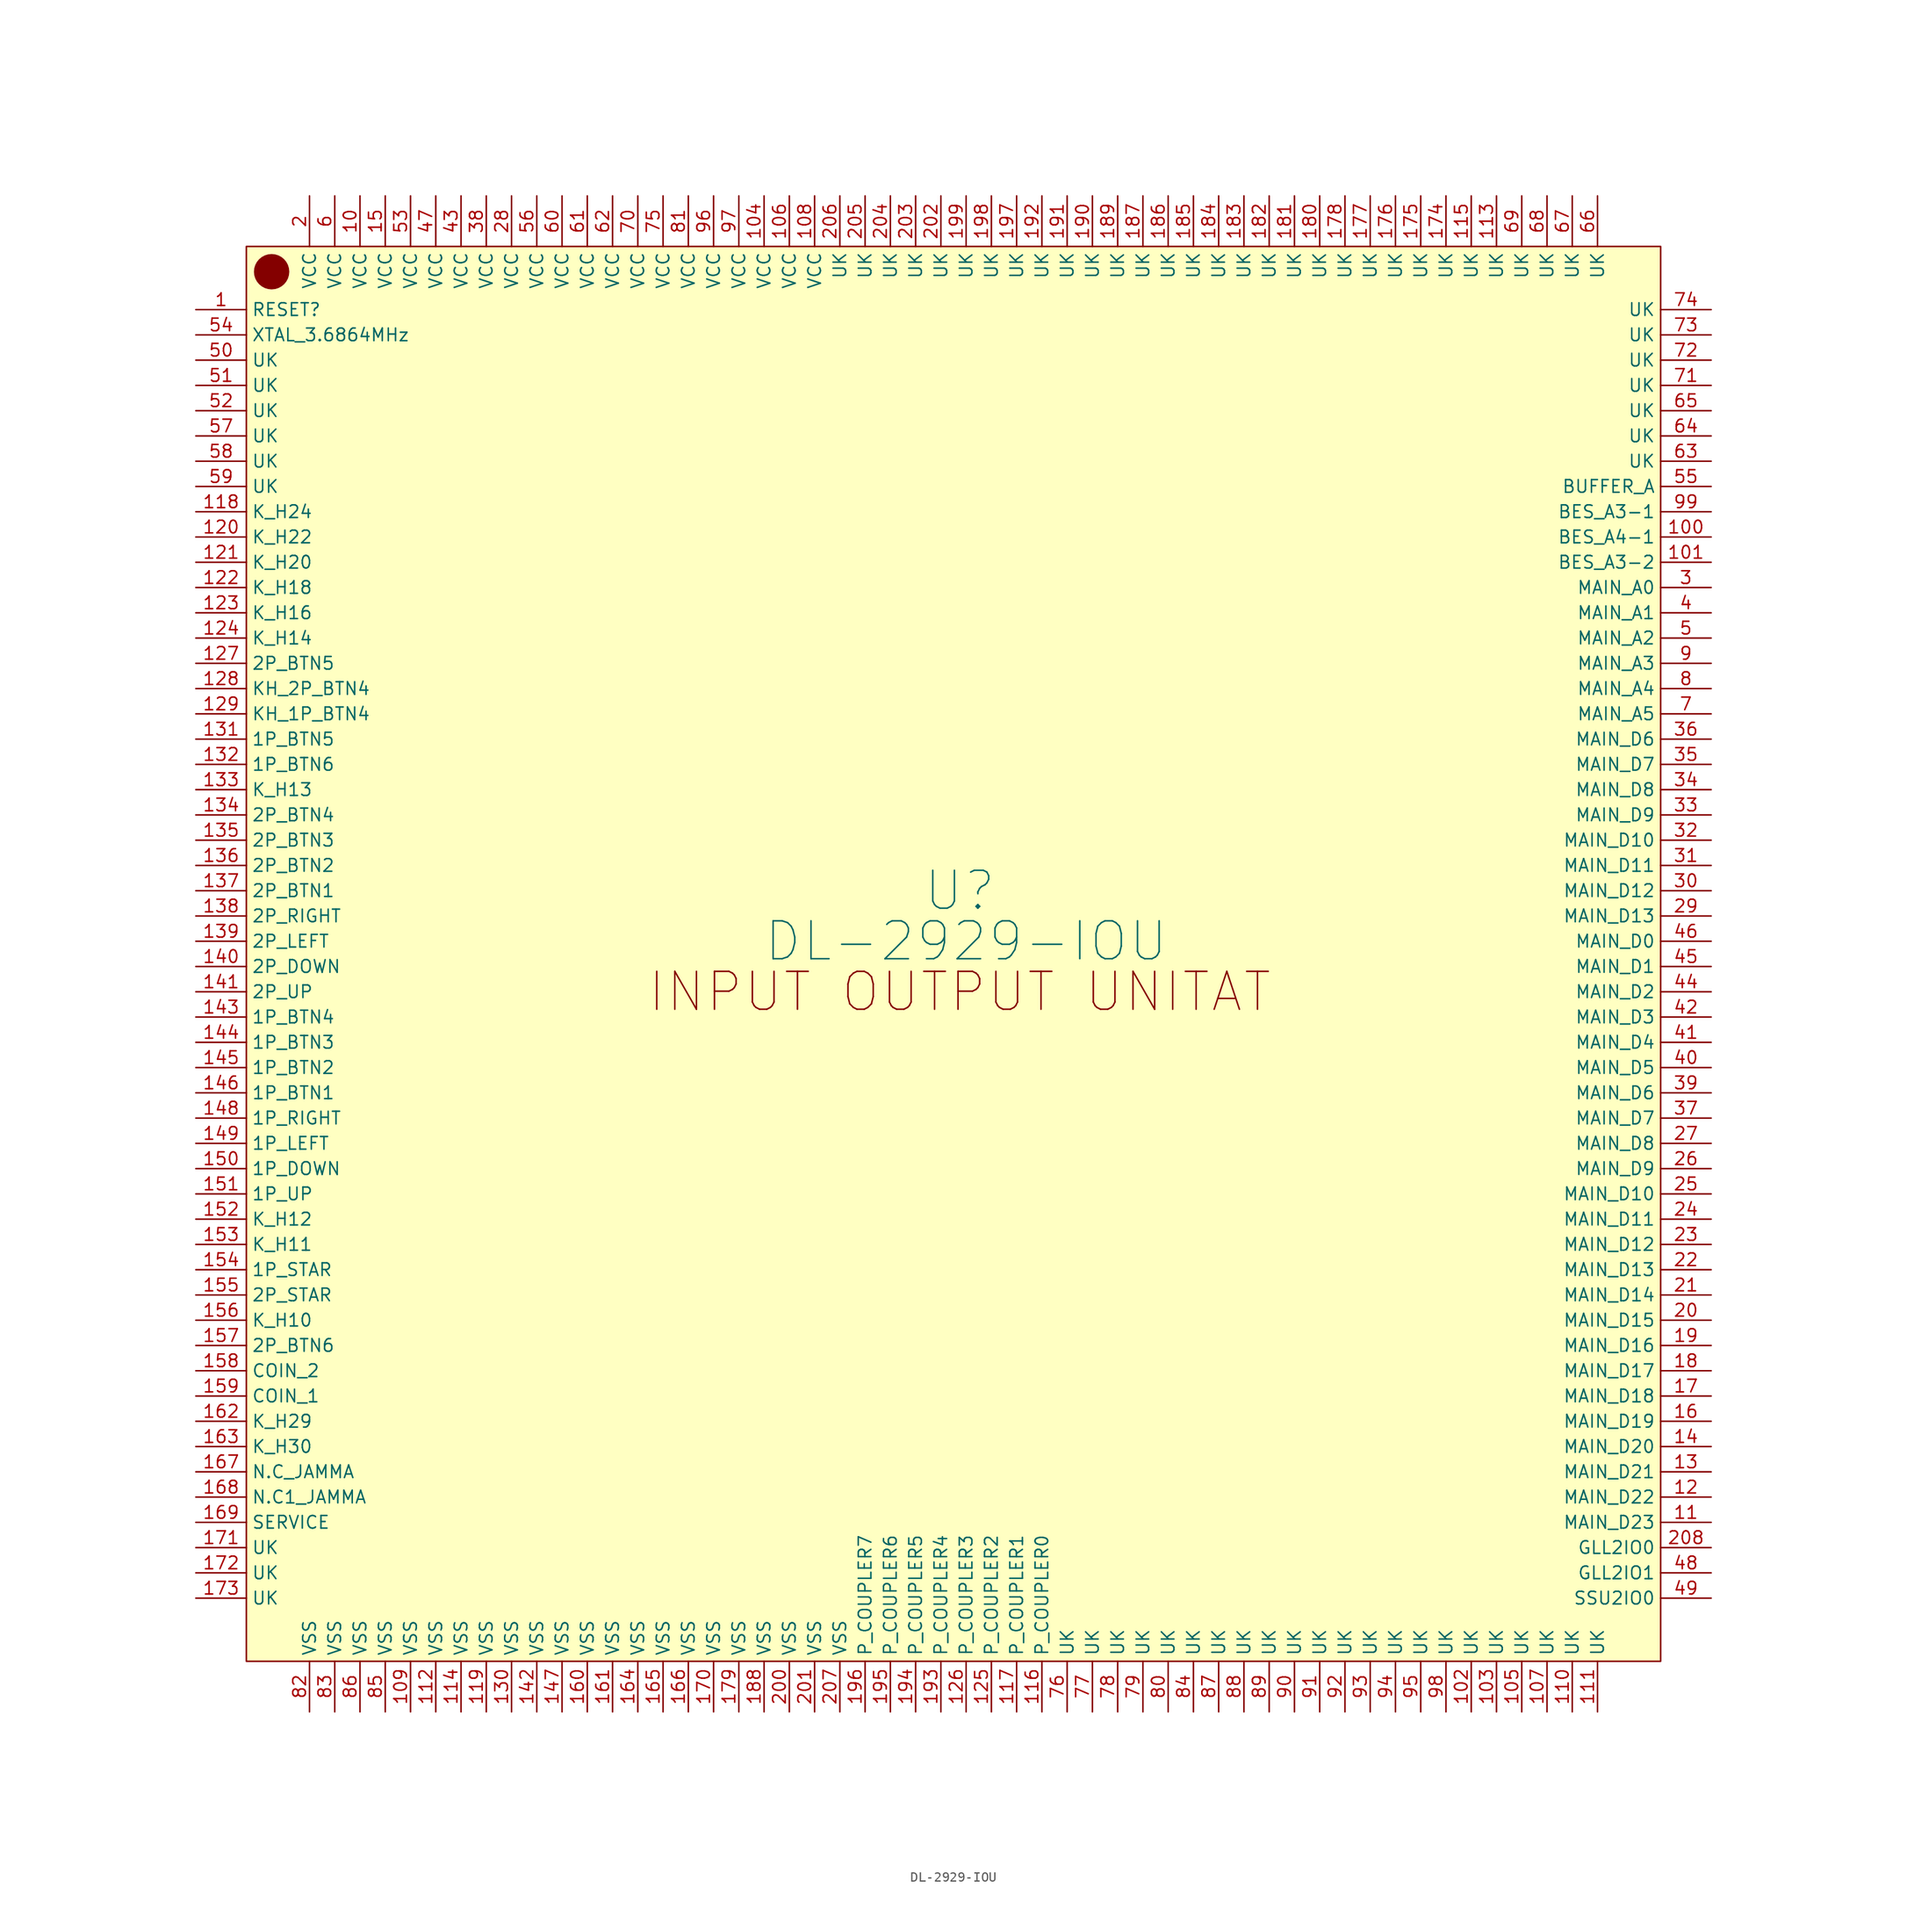
<source format=kicad_sym>
(kicad_symbol_lib
  (version 20211014)
  (generator kicad_symbol_editor)
  (symbol "DL-2929-IOU"
    (property "Reference" "U"
      (at -0.635 5.08 0)
      (effects (font (size 3.81 3.81))))
    (property "Value" "DL-2929-IOU"
      (at 0 0 0)
      (effects (font (size 3.81 3.81))))
    (symbol "DL-2929-IOU_0_0"
      (circle (center -69.85 67.31) (radius 0.0001) (stroke (width 1.778) (type default) (color 0 0 0 0)) (fill (type none)))
      (text "INPUT OUTPUT UNITAT" (at -0.635 -5.08 0) (effects (font (size 3.81 3.81)))))
    (symbol "DL-2929-IOU_0_1"
      (rectangle (start -72.39 69.85) (end 69.85 -72.39) (stroke (width 0) (type default) (color 0 0 0 0)) (fill (type background))))
    (symbol "DL-2929-IOU_1_1"
      (pin input line (at -77.47 63.5 0) (length 5.08) (name "RESET?" (effects (font (size 1.27 1.27)))) (number "1" (effects (font (size 1.27 1.27)))))
      (pin input line (at -60.96 74.93 270) (length 5.08) (name "VCC" (effects (font (size 1.27 1.27)))) (number "10" (effects (font (size 1.27 1.27)))))
      (pin output line (at 74.93 40.64 180) (length 5.08) (name "BES_A4-1" (effects (font (size 1.27 1.27)))) (number "100" (effects (font (size 1.27 1.27)))))
      (pin output line (at 74.93 38.1 180) (length 5.08) (name "BES_A3-2" (effects (font (size 1.27 1.27)))) (number "101" (effects (font (size 1.27 1.27)))))
      (pin input line (at 50.8 -77.47 90) (length 5.08) (name "UK" (effects (font (size 1.27 1.27)))) (number "102" (effects (font (size 1.27 1.27)))))
      (pin input line (at 53.34 -77.47 90) (length 5.08) (name "UK" (effects (font (size 1.27 1.27)))) (number "103" (effects (font (size 1.27 1.27)))))
      (pin input line (at -20.32 74.93 270) (length 5.08) (name "VCC" (effects (font (size 1.27 1.27)))) (number "104" (effects (font (size 1.27 1.27)))))
      (pin input line (at 55.88 -77.47 90) (length 5.08) (name "UK" (effects (font (size 1.27 1.27)))) (number "105" (effects (font (size 1.27 1.27)))))
      (pin input line (at -17.78 74.93 270) (length 5.08) (name "VCC" (effects (font (size 1.27 1.27)))) (number "106" (effects (font (size 1.27 1.27)))))
      (pin input line (at 58.42 -77.47 90) (length 5.08) (name "UK" (effects (font (size 1.27 1.27)))) (number "107" (effects (font (size 1.27 1.27)))))
      (pin input line (at -15.24 74.93 270) (length 5.08) (name "VCC" (effects (font (size 1.27 1.27)))) (number "108" (effects (font (size 1.27 1.27)))))
      (pin input line (at -55.88 -77.47 90) (length 5.08) (name "VSS" (effects (font (size 1.27 1.27)))) (number "109" (effects (font (size 1.27 1.27)))))
      (pin bidirectional line (at 74.93 -58.42 180) (length 5.08) (name "MAIN_D23" (effects (font (size 1.27 1.27)))) (number "11" (effects (font (size 1.27 1.27)))))
      (pin input line (at 60.96 -77.47 90) (length 5.08) (name "UK" (effects (font (size 1.27 1.27)))) (number "110" (effects (font (size 1.27 1.27)))))
      (pin input line (at 63.5 -77.47 90) (length 5.08) (name "UK" (effects (font (size 1.27 1.27)))) (number "111" (effects (font (size 1.27 1.27)))))
      (pin input line (at -53.34 -77.47 90) (length 5.08) (name "VSS" (effects (font (size 1.27 1.27)))) (number "112" (effects (font (size 1.27 1.27)))))
      (pin input line (at 53.34 74.93 270) (length 5.08) (name "UK" (effects (font (size 1.27 1.27)))) (number "113" (effects (font (size 1.27 1.27)))))
      (pin input line (at -50.8 -77.47 90) (length 5.08) (name "VSS" (effects (font (size 1.27 1.27)))) (number "114" (effects (font (size 1.27 1.27)))))
      (pin input line (at 50.8 74.93 270) (length 5.08) (name "UK" (effects (font (size 1.27 1.27)))) (number "115" (effects (font (size 1.27 1.27)))))
      (pin output line (at 7.62 -77.47 90) (length 5.08) (name "P_COUPLER0" (effects (font (size 1.27 1.27)))) (number "116" (effects (font (size 1.27 1.27)))))
      (pin output line (at 5.08 -77.47 90) (length 5.08) (name "P_COUPLER1" (effects (font (size 1.27 1.27)))) (number "117" (effects (font (size 1.27 1.27)))))
      (pin input line (at -77.47 43.18 0) (length 5.08) (name "K_H24" (effects (font (size 1.27 1.27)))) (number "118" (effects (font (size 1.27 1.27)))))
      (pin input line (at -48.26 -77.47 90) (length 5.08) (name "VSS" (effects (font (size 1.27 1.27)))) (number "119" (effects (font (size 1.27 1.27)))))
      (pin bidirectional line (at 74.93 -55.88 180) (length 5.08) (name "MAIN_D22" (effects (font (size 1.27 1.27)))) (number "12" (effects (font (size 1.27 1.27)))))
      (pin input line (at -77.47 40.64 0) (length 5.08) (name "K_H22" (effects (font (size 1.27 1.27)))) (number "120" (effects (font (size 1.27 1.27)))))
      (pin input line (at -77.47 38.1 0) (length 5.08) (name "K_H20" (effects (font (size 1.27 1.27)))) (number "121" (effects (font (size 1.27 1.27)))))
      (pin input line (at -77.47 35.56 0) (length 5.08) (name "K_H18" (effects (font (size 1.27 1.27)))) (number "122" (effects (font (size 1.27 1.27)))))
      (pin input line (at -77.47 33.02 0) (length 5.08) (name "K_H16" (effects (font (size 1.27 1.27)))) (number "123" (effects (font (size 1.27 1.27)))))
      (pin input line (at -77.47 30.48 0) (length 5.08) (name "K_H14" (effects (font (size 1.27 1.27)))) (number "124" (effects (font (size 1.27 1.27)))))
      (pin output line (at 2.54 -77.47 90) (length 5.08) (name "P_COUPLER2" (effects (font (size 1.27 1.27)))) (number "125" (effects (font (size 1.27 1.27)))))
      (pin output line (at 0 -77.47 90) (length 5.08) (name "P_COUPLER3" (effects (font (size 1.27 1.27)))) (number "126" (effects (font (size 1.27 1.27)))))
      (pin input line (at -77.47 27.94 0) (length 5.08) (name "2P_BTN5" (effects (font (size 1.27 1.27)))) (number "127" (effects (font (size 1.27 1.27)))))
      (pin input line (at -77.47 25.4 0) (length 5.08) (name "KH_2P_BTN4" (effects (font (size 1.27 1.27)))) (number "128" (effects (font (size 1.27 1.27)))))
      (pin input line (at -77.47 22.86 0) (length 5.08) (name "KH_1P_BTN4" (effects (font (size 1.27 1.27)))) (number "129" (effects (font (size 1.27 1.27)))))
      (pin bidirectional line (at 74.93 -53.34 180) (length 5.08) (name "MAIN_D21" (effects (font (size 1.27 1.27)))) (number "13" (effects (font (size 1.27 1.27)))))
      (pin input line (at -45.72 -77.47 90) (length 5.08) (name "VSS" (effects (font (size 1.27 1.27)))) (number "130" (effects (font (size 1.27 1.27)))))
      (pin input line (at -77.47 20.32 0) (length 5.08) (name "1P_BTN5" (effects (font (size 1.27 1.27)))) (number "131" (effects (font (size 1.27 1.27)))))
      (pin input line (at -77.47 17.78 0) (length 5.08) (name "1P_BTN6" (effects (font (size 1.27 1.27)))) (number "132" (effects (font (size 1.27 1.27)))))
      (pin input line (at -77.47 15.24 0) (length 5.08) (name "K_H13" (effects (font (size 1.27 1.27)))) (number "133" (effects (font (size 1.27 1.27)))))
      (pin input line (at -77.47 12.7 0) (length 5.08) (name "2P_BTN4" (effects (font (size 1.27 1.27)))) (number "134" (effects (font (size 1.27 1.27)))))
      (pin input line (at -77.47 10.16 0) (length 5.08) (name "2P_BTN3" (effects (font (size 1.27 1.27)))) (number "135" (effects (font (size 1.27 1.27)))))
      (pin input line (at -77.47 7.62 0) (length 5.08) (name "2P_BTN2" (effects (font (size 1.27 1.27)))) (number "136" (effects (font (size 1.27 1.27)))))
      (pin input line (at -77.47 5.08 0) (length 5.08) (name "2P_BTN1" (effects (font (size 1.27 1.27)))) (number "137" (effects (font (size 1.27 1.27)))))
      (pin input line (at -77.47 2.54 0) (length 5.08) (name "2P_RIGHT" (effects (font (size 1.27 1.27)))) (number "138" (effects (font (size 1.27 1.27)))))
      (pin input line (at -77.47 0 0) (length 5.08) (name "2P_LEFT" (effects (font (size 1.27 1.27)))) (number "139" (effects (font (size 1.27 1.27)))))
      (pin bidirectional line (at 74.93 -50.8 180) (length 5.08) (name "MAIN_D20" (effects (font (size 1.27 1.27)))) (number "14" (effects (font (size 1.27 1.27)))))
      (pin input line (at -77.47 -2.54 0) (length 5.08) (name "2P_DOWN" (effects (font (size 1.27 1.27)))) (number "140" (effects (font (size 1.27 1.27)))))
      (pin input line (at -77.47 -5.08 0) (length 5.08) (name "2P_UP" (effects (font (size 1.27 1.27)))) (number "141" (effects (font (size 1.27 1.27)))))
      (pin input line (at -43.18 -77.47 90) (length 5.08) (name "VSS" (effects (font (size 1.27 1.27)))) (number "142" (effects (font (size 1.27 1.27)))))
      (pin input line (at -77.47 -7.62 0) (length 5.08) (name "1P_BTN4" (effects (font (size 1.27 1.27)))) (number "143" (effects (font (size 1.27 1.27)))))
      (pin input line (at -77.47 -10.16 0) (length 5.08) (name "1P_BTN3" (effects (font (size 1.27 1.27)))) (number "144" (effects (font (size 1.27 1.27)))))
      (pin input line (at -77.47 -12.7 0) (length 5.08) (name "1P_BTN2" (effects (font (size 1.27 1.27)))) (number "145" (effects (font (size 1.27 1.27)))))
      (pin input line (at -77.47 -15.24 0) (length 5.08) (name "1P_BTN1" (effects (font (size 1.27 1.27)))) (number "146" (effects (font (size 1.27 1.27)))))
      (pin input line (at -40.64 -77.47 90) (length 5.08) (name "VSS" (effects (font (size 1.27 1.27)))) (number "147" (effects (font (size 1.27 1.27)))))
      (pin input line (at -77.47 -17.78 0) (length 5.08) (name "1P_RIGHT" (effects (font (size 1.27 1.27)))) (number "148" (effects (font (size 1.27 1.27)))))
      (pin input line (at -77.47 -20.32 0) (length 5.08) (name "1P_LEFT" (effects (font (size 1.27 1.27)))) (number "149" (effects (font (size 1.27 1.27)))))
      (pin input line (at -58.42 74.93 270) (length 5.08) (name "VCC" (effects (font (size 1.27 1.27)))) (number "15" (effects (font (size 1.27 1.27)))))
      (pin input line (at -77.47 -22.86 0) (length 5.08) (name "1P_DOWN" (effects (font (size 1.27 1.27)))) (number "150" (effects (font (size 1.27 1.27)))))
      (pin input line (at -77.47 -25.4 0) (length 5.08) (name "1P_UP" (effects (font (size 1.27 1.27)))) (number "151" (effects (font (size 1.27 1.27)))))
      (pin input line (at -77.47 -27.94 0) (length 5.08) (name "K_H12" (effects (font (size 1.27 1.27)))) (number "152" (effects (font (size 1.27 1.27)))))
      (pin input line (at -77.47 -30.48 0) (length 5.08) (name "K_H11" (effects (font (size 1.27 1.27)))) (number "153" (effects (font (size 1.27 1.27)))))
      (pin input line (at -77.47 -33.02 0) (length 5.08) (name "1P_STAR" (effects (font (size 1.27 1.27)))) (number "154" (effects (font (size 1.27 1.27)))))
      (pin input line (at -77.47 -35.56 0) (length 5.08) (name "2P_STAR" (effects (font (size 1.27 1.27)))) (number "155" (effects (font (size 1.27 1.27)))))
      (pin input line (at -77.47 -38.1 0) (length 5.08) (name "K_H10" (effects (font (size 1.27 1.27)))) (number "156" (effects (font (size 1.27 1.27)))))
      (pin input line (at -77.47 -40.64 0) (length 5.08) (name "2P_BTN6" (effects (font (size 1.27 1.27)))) (number "157" (effects (font (size 1.27 1.27)))))
      (pin input line (at -77.47 -43.18 0) (length 5.08) (name "COIN_2" (effects (font (size 1.27 1.27)))) (number "158" (effects (font (size 1.27 1.27)))))
      (pin input line (at -77.47 -45.72 0) (length 5.08) (name "COIN_1" (effects (font (size 1.27 1.27)))) (number "159" (effects (font (size 1.27 1.27)))))
      (pin bidirectional line (at 74.93 -48.26 180) (length 5.08) (name "MAIN_D19" (effects (font (size 1.27 1.27)))) (number "16" (effects (font (size 1.27 1.27)))))
      (pin input line (at -38.1 -77.47 90) (length 5.08) (name "VSS" (effects (font (size 1.27 1.27)))) (number "160" (effects (font (size 1.27 1.27)))))
      (pin input line (at -35.56 -77.47 90) (length 5.08) (name "VSS" (effects (font (size 1.27 1.27)))) (number "161" (effects (font (size 1.27 1.27)))))
      (pin input line (at -77.47 -48.26 0) (length 5.08) (name "K_H29" (effects (font (size 1.27 1.27)))) (number "162" (effects (font (size 1.27 1.27)))))
      (pin input line (at -77.47 -50.8 0) (length 5.08) (name "K_H30" (effects (font (size 1.27 1.27)))) (number "163" (effects (font (size 1.27 1.27)))))
      (pin input line (at -33.02 -77.47 90) (length 5.08) (name "VSS" (effects (font (size 1.27 1.27)))) (number "164" (effects (font (size 1.27 1.27)))))
      (pin input line (at -30.48 -77.47 90) (length 5.08) (name "VSS" (effects (font (size 1.27 1.27)))) (number "165" (effects (font (size 1.27 1.27)))))
      (pin input line (at -27.94 -77.47 90) (length 5.08) (name "VSS" (effects (font (size 1.27 1.27)))) (number "166" (effects (font (size 1.27 1.27)))))
      (pin input line (at -77.47 -53.34 0) (length 5.08) (name "N.C_JAMMA" (effects (font (size 1.27 1.27)))) (number "167" (effects (font (size 1.27 1.27)))))
      (pin input line (at -77.47 -55.88 0) (length 5.08) (name "N.C1_JAMMA" (effects (font (size 1.27 1.27)))) (number "168" (effects (font (size 1.27 1.27)))))
      (pin input line (at -77.47 -58.42 0) (length 5.08) (name "SERVICE" (effects (font (size 1.27 1.27)))) (number "169" (effects (font (size 1.27 1.27)))))
      (pin bidirectional line (at 74.93 -45.72 180) (length 5.08) (name "MAIN_D18" (effects (font (size 1.27 1.27)))) (number "17" (effects (font (size 1.27 1.27)))))
      (pin input line (at -25.4 -77.47 90) (length 5.08) (name "VSS" (effects (font (size 1.27 1.27)))) (number "170" (effects (font (size 1.27 1.27)))))
      (pin input line (at -77.47 -60.96 0) (length 5.08) (name "UK" (effects (font (size 1.27 1.27)))) (number "171" (effects (font (size 1.27 1.27)))))
      (pin input line (at -77.47 -63.5 0) (length 5.08) (name "UK" (effects (font (size 1.27 1.27)))) (number "172" (effects (font (size 1.27 1.27)))))
      (pin input line (at -77.47 -66.04 0) (length 5.08) (name "UK" (effects (font (size 1.27 1.27)))) (number "173" (effects (font (size 1.27 1.27)))))
      (pin input line (at 48.26 74.93 270) (length 5.08) (name "UK" (effects (font (size 1.27 1.27)))) (number "174" (effects (font (size 1.27 1.27)))))
      (pin input line (at 45.72 74.93 270) (length 5.08) (name "UK" (effects (font (size 1.27 1.27)))) (number "175" (effects (font (size 1.27 1.27)))))
      (pin input line (at 43.18 74.93 270) (length 5.08) (name "UK" (effects (font (size 1.27 1.27)))) (number "176" (effects (font (size 1.27 1.27)))))
      (pin input line (at 40.64 74.93 270) (length 5.08) (name "UK" (effects (font (size 1.27 1.27)))) (number "177" (effects (font (size 1.27 1.27)))))
      (pin input line (at 38.1 74.93 270) (length 5.08) (name "UK" (effects (font (size 1.27 1.27)))) (number "178" (effects (font (size 1.27 1.27)))))
      (pin input line (at -22.86 -77.47 90) (length 5.08) (name "VSS" (effects (font (size 1.27 1.27)))) (number "179" (effects (font (size 1.27 1.27)))))
      (pin bidirectional line (at 74.93 -43.18 180) (length 5.08) (name "MAIN_D17" (effects (font (size 1.27 1.27)))) (number "18" (effects (font (size 1.27 1.27)))))
      (pin input line (at 35.56 74.93 270) (length 5.08) (name "UK" (effects (font (size 1.27 1.27)))) (number "180" (effects (font (size 1.27 1.27)))))
      (pin input line (at 33.02 74.93 270) (length 5.08) (name "UK" (effects (font (size 1.27 1.27)))) (number "181" (effects (font (size 1.27 1.27)))))
      (pin input line (at 30.48 74.93 270) (length 5.08) (name "UK" (effects (font (size 1.27 1.27)))) (number "182" (effects (font (size 1.27 1.27)))))
      (pin input line (at 27.94 74.93 270) (length 5.08) (name "UK" (effects (font (size 1.27 1.27)))) (number "183" (effects (font (size 1.27 1.27)))))
      (pin input line (at 25.4 74.93 270) (length 5.08) (name "UK" (effects (font (size 1.27 1.27)))) (number "184" (effects (font (size 1.27 1.27)))))
      (pin input line (at 22.86 74.93 270) (length 5.08) (name "UK" (effects (font (size 1.27 1.27)))) (number "185" (effects (font (size 1.27 1.27)))))
      (pin input line (at 20.32 74.93 270) (length 5.08) (name "UK" (effects (font (size 1.27 1.27)))) (number "186" (effects (font (size 1.27 1.27)))))
      (pin input line (at 17.78 74.93 270) (length 5.08) (name "UK" (effects (font (size 1.27 1.27)))) (number "187" (effects (font (size 1.27 1.27)))))
      (pin input line (at -20.32 -77.47 90) (length 5.08) (name "VSS" (effects (font (size 1.27 1.27)))) (number "188" (effects (font (size 1.27 1.27)))))
      (pin input line (at 15.24 74.93 270) (length 5.08) (name "UK" (effects (font (size 1.27 1.27)))) (number "189" (effects (font (size 1.27 1.27)))))
      (pin bidirectional line (at 74.93 -40.64 180) (length 5.08) (name "MAIN_D16" (effects (font (size 1.27 1.27)))) (number "19" (effects (font (size 1.27 1.27)))))
      (pin input line (at 12.7 74.93 270) (length 5.08) (name "UK" (effects (font (size 1.27 1.27)))) (number "190" (effects (font (size 1.27 1.27)))))
      (pin input line (at 10.16 74.93 270) (length 5.08) (name "UK" (effects (font (size 1.27 1.27)))) (number "191" (effects (font (size 1.27 1.27)))))
      (pin input line (at 7.62 74.93 270) (length 5.08) (name "UK" (effects (font (size 1.27 1.27)))) (number "192" (effects (font (size 1.27 1.27)))))
      (pin output line (at -2.54 -77.47 90) (length 5.08) (name "P_COUPLER4" (effects (font (size 1.27 1.27)))) (number "193" (effects (font (size 1.27 1.27)))))
      (pin output line (at -5.08 -77.47 90) (length 5.08) (name "P_COUPLER5" (effects (font (size 1.27 1.27)))) (number "194" (effects (font (size 1.27 1.27)))))
      (pin output line (at -7.62 -77.47 90) (length 5.08) (name "P_COUPLER6" (effects (font (size 1.27 1.27)))) (number "195" (effects (font (size 1.27 1.27)))))
      (pin output line (at -10.16 -77.47 90) (length 5.08) (name "P_COUPLER7" (effects (font (size 1.27 1.27)))) (number "196" (effects (font (size 1.27 1.27)))))
      (pin input line (at 5.08 74.93 270) (length 5.08) (name "UK" (effects (font (size 1.27 1.27)))) (number "197" (effects (font (size 1.27 1.27)))))
      (pin input line (at 2.54 74.93 270) (length 5.08) (name "UK" (effects (font (size 1.27 1.27)))) (number "198" (effects (font (size 1.27 1.27)))))
      (pin input line (at 0 74.93 270) (length 5.08) (name "UK" (effects (font (size 1.27 1.27)))) (number "199" (effects (font (size 1.27 1.27)))))
      (pin input line (at -66.04 74.93 270) (length 5.08) (name "VCC" (effects (font (size 1.27 1.27)))) (number "2" (effects (font (size 1.27 1.27)))))
      (pin bidirectional line (at 74.93 -38.1 180) (length 5.08) (name "MAIN_D15" (effects (font (size 1.27 1.27)))) (number "20" (effects (font (size 1.27 1.27)))))
      (pin input line (at -17.78 -77.47 90) (length 5.08) (name "VSS" (effects (font (size 1.27 1.27)))) (number "200" (effects (font (size 1.27 1.27)))))
      (pin input line (at -15.24 -77.47 90) (length 5.08) (name "VSS" (effects (font (size 1.27 1.27)))) (number "201" (effects (font (size 1.27 1.27)))))
      (pin input line (at -2.54 74.93 270) (length 5.08) (name "UK" (effects (font (size 1.27 1.27)))) (number "202" (effects (font (size 1.27 1.27)))))
      (pin input line (at -5.08 74.93 270) (length 5.08) (name "UK" (effects (font (size 1.27 1.27)))) (number "203" (effects (font (size 1.27 1.27)))))
      (pin input line (at -7.62 74.93 270) (length 5.08) (name "UK" (effects (font (size 1.27 1.27)))) (number "204" (effects (font (size 1.27 1.27)))))
      (pin input line (at -10.16 74.93 270) (length 5.08) (name "UK" (effects (font (size 1.27 1.27)))) (number "205" (effects (font (size 1.27 1.27)))))
      (pin input line (at -12.7 74.93 270) (length 5.08) (name "UK" (effects (font (size 1.27 1.27)))) (number "206" (effects (font (size 1.27 1.27)))))
      (pin input line (at -12.7 -77.47 90) (length 5.08) (name "VSS" (effects (font (size 1.27 1.27)))) (number "207" (effects (font (size 1.27 1.27)))))
      (pin bidirectional line (at 74.93 -60.96 180) (length 5.08) (name "GLL2IO0" (effects (font (size 1.27 1.27)))) (number "208" (effects (font (size 1.27 1.27)))))
      (pin bidirectional line (at 74.93 -35.56 180) (length 5.08) (name "MAIN_D14" (effects (font (size 1.27 1.27)))) (number "21" (effects (font (size 1.27 1.27)))))
      (pin bidirectional line (at 74.93 -33.02 180) (length 5.08) (name "MAIN_D13" (effects (font (size 1.27 1.27)))) (number "22" (effects (font (size 1.27 1.27)))))
      (pin bidirectional line (at 74.93 -30.48 180) (length 5.08) (name "MAIN_D12" (effects (font (size 1.27 1.27)))) (number "23" (effects (font (size 1.27 1.27)))))
      (pin bidirectional line (at 74.93 -27.94 180) (length 5.08) (name "MAIN_D11" (effects (font (size 1.27 1.27)))) (number "24" (effects (font (size 1.27 1.27)))))
      (pin bidirectional line (at 74.93 -25.4 180) (length 5.08) (name "MAIN_D10" (effects (font (size 1.27 1.27)))) (number "25" (effects (font (size 1.27 1.27)))))
      (pin bidirectional line (at 74.93 -22.86 180) (length 5.08) (name "MAIN_D9" (effects (font (size 1.27 1.27)))) (number "26" (effects (font (size 1.27 1.27)))))
      (pin bidirectional line (at 74.93 -20.32 180) (length 5.08) (name "MAIN_D8" (effects (font (size 1.27 1.27)))) (number "27" (effects (font (size 1.27 1.27)))))
      (pin input line (at -45.72 74.93 270) (length 5.08) (name "VCC" (effects (font (size 1.27 1.27)))) (number "28" (effects (font (size 1.27 1.27)))))
      (pin bidirectional line (at 74.93 2.54 180) (length 5.08) (name "MAIN_D13" (effects (font (size 1.27 1.27)))) (number "29" (effects (font (size 1.27 1.27)))))
      (pin bidirectional line (at 74.93 35.56 180) (length 5.08) (name "MAIN_A0" (effects (font (size 1.27 1.27)))) (number "3" (effects (font (size 1.27 1.27)))))
      (pin bidirectional line (at 74.93 5.08 180) (length 5.08) (name "MAIN_D12" (effects (font (size 1.27 1.27)))) (number "30" (effects (font (size 1.27 1.27)))))
      (pin bidirectional line (at 74.93 7.62 180) (length 5.08) (name "MAIN_D11" (effects (font (size 1.27 1.27)))) (number "31" (effects (font (size 1.27 1.27)))))
      (pin bidirectional line (at 74.93 10.16 180) (length 5.08) (name "MAIN_D10" (effects (font (size 1.27 1.27)))) (number "32" (effects (font (size 1.27 1.27)))))
      (pin bidirectional line (at 74.93 12.7 180) (length 5.08) (name "MAIN_D9" (effects (font (size 1.27 1.27)))) (number "33" (effects (font (size 1.27 1.27)))))
      (pin bidirectional line (at 74.93 15.24 180) (length 5.08) (name "MAIN_D8" (effects (font (size 1.27 1.27)))) (number "34" (effects (font (size 1.27 1.27)))))
      (pin bidirectional line (at 74.93 17.78 180) (length 5.08) (name "MAIN_D7" (effects (font (size 1.27 1.27)))) (number "35" (effects (font (size 1.27 1.27)))))
      (pin bidirectional line (at 74.93 20.32 180) (length 5.08) (name "MAIN_D6" (effects (font (size 1.27 1.27)))) (number "36" (effects (font (size 1.27 1.27)))))
      (pin bidirectional line (at 74.93 -17.78 180) (length 5.08) (name "MAIN_D7" (effects (font (size 1.27 1.27)))) (number "37" (effects (font (size 1.27 1.27)))))
      (pin input line (at -48.26 74.93 270) (length 5.08) (name "VCC" (effects (font (size 1.27 1.27)))) (number "38" (effects (font (size 1.27 1.27)))))
      (pin bidirectional line (at 74.93 -15.24 180) (length 5.08) (name "MAIN_D6" (effects (font (size 1.27 1.27)))) (number "39" (effects (font (size 1.27 1.27)))))
      (pin bidirectional line (at 74.93 33.02 180) (length 5.08) (name "MAIN_A1" (effects (font (size 1.27 1.27)))) (number "4" (effects (font (size 1.27 1.27)))))
      (pin bidirectional line (at 74.93 -12.7 180) (length 5.08) (name "MAIN_D5" (effects (font (size 1.27 1.27)))) (number "40" (effects (font (size 1.27 1.27)))))
      (pin bidirectional line (at 74.93 -10.16 180) (length 5.08) (name "MAIN_D4" (effects (font (size 1.27 1.27)))) (number "41" (effects (font (size 1.27 1.27)))))
      (pin bidirectional line (at 74.93 -7.62 180) (length 5.08) (name "MAIN_D3" (effects (font (size 1.27 1.27)))) (number "42" (effects (font (size 1.27 1.27)))))
      (pin input line (at -50.8 74.93 270) (length 5.08) (name "VCC" (effects (font (size 1.27 1.27)))) (number "43" (effects (font (size 1.27 1.27)))))
      (pin bidirectional line (at 74.93 -5.08 180) (length 5.08) (name "MAIN_D2" (effects (font (size 1.27 1.27)))) (number "44" (effects (font (size 1.27 1.27)))))
      (pin bidirectional line (at 74.93 -2.54 180) (length 5.08) (name "MAIN_D1" (effects (font (size 1.27 1.27)))) (number "45" (effects (font (size 1.27 1.27)))))
      (pin bidirectional line (at 74.93 0 180) (length 5.08) (name "MAIN_D0" (effects (font (size 1.27 1.27)))) (number "46" (effects (font (size 1.27 1.27)))))
      (pin input line (at -53.34 74.93 270) (length 5.08) (name "VCC" (effects (font (size 1.27 1.27)))) (number "47" (effects (font (size 1.27 1.27)))))
      (pin bidirectional line (at 74.93 -63.5 180) (length 5.08) (name "GLL2IO1" (effects (font (size 1.27 1.27)))) (number "48" (effects (font (size 1.27 1.27)))))
      (pin bidirectional line (at 74.93 -66.04 180) (length 5.08) (name "SSU2IO0" (effects (font (size 1.27 1.27)))) (number "49" (effects (font (size 1.27 1.27)))))
      (pin bidirectional line (at 74.93 30.48 180) (length 5.08) (name "MAIN_A2" (effects (font (size 1.27 1.27)))) (number "5" (effects (font (size 1.27 1.27)))))
      (pin input line (at -77.47 58.42 0) (length 5.08) (name "UK" (effects (font (size 1.27 1.27)))) (number "50" (effects (font (size 1.27 1.27)))))
      (pin input line (at -77.47 55.88 0) (length 5.08) (name "UK" (effects (font (size 1.27 1.27)))) (number "51" (effects (font (size 1.27 1.27)))))
      (pin input line (at -77.47 53.34 0) (length 5.08) (name "UK" (effects (font (size 1.27 1.27)))) (number "52" (effects (font (size 1.27 1.27)))))
      (pin input line (at -55.88 74.93 270) (length 5.08) (name "VCC" (effects (font (size 1.27 1.27)))) (number "53" (effects (font (size 1.27 1.27)))))
      (pin input line (at -77.47 60.96 0) (length 5.08) (name "XTAL_3.6864MHz" (effects (font (size 1.27 1.27)))) (number "54" (effects (font (size 1.27 1.27)))))
      (pin output line (at 74.93 45.72 180) (length 5.08) (name "BUFFER_A" (effects (font (size 1.27 1.27)))) (number "55" (effects (font (size 1.27 1.27)))))
      (pin input line (at -43.18 74.93 270) (length 5.08) (name "VCC" (effects (font (size 1.27 1.27)))) (number "56" (effects (font (size 1.27 1.27)))))
      (pin input line (at -77.47 50.8 0) (length 5.08) (name "UK" (effects (font (size 1.27 1.27)))) (number "57" (effects (font (size 1.27 1.27)))))
      (pin input line (at -77.47 48.26 0) (length 5.08) (name "UK" (effects (font (size 1.27 1.27)))) (number "58" (effects (font (size 1.27 1.27)))))
      (pin input line (at -77.47 45.72 0) (length 5.08) (name "UK" (effects (font (size 1.27 1.27)))) (number "59" (effects (font (size 1.27 1.27)))))
      (pin input line (at -63.5 74.93 270) (length 5.08) (name "VCC" (effects (font (size 1.27 1.27)))) (number "6" (effects (font (size 1.27 1.27)))))
      (pin input line (at -40.64 74.93 270) (length 5.08) (name "VCC" (effects (font (size 1.27 1.27)))) (number "60" (effects (font (size 1.27 1.27)))))
      (pin input line (at -38.1 74.93 270) (length 5.08) (name "VCC" (effects (font (size 1.27 1.27)))) (number "61" (effects (font (size 1.27 1.27)))))
      (pin input line (at -35.56 74.93 270) (length 5.08) (name "VCC" (effects (font (size 1.27 1.27)))) (number "62" (effects (font (size 1.27 1.27)))))
      (pin input line (at 74.93 48.26 180) (length 5.08) (name "UK" (effects (font (size 1.27 1.27)))) (number "63" (effects (font (size 1.27 1.27)))))
      (pin input line (at 74.93 50.8 180) (length 5.08) (name "UK" (effects (font (size 1.27 1.27)))) (number "64" (effects (font (size 1.27 1.27)))))
      (pin input line (at 74.93 53.34 180) (length 5.08) (name "UK" (effects (font (size 1.27 1.27)))) (number "65" (effects (font (size 1.27 1.27)))))
      (pin input line (at 63.5 74.93 270) (length 5.08) (name "UK" (effects (font (size 1.27 1.27)))) (number "66" (effects (font (size 1.27 1.27)))))
      (pin input line (at 60.96 74.93 270) (length 5.08) (name "UK" (effects (font (size 1.27 1.27)))) (number "67" (effects (font (size 1.27 1.27)))))
      (pin input line (at 58.42 74.93 270) (length 5.08) (name "UK" (effects (font (size 1.27 1.27)))) (number "68" (effects (font (size 1.27 1.27)))))
      (pin input line (at 55.88 74.93 270) (length 5.08) (name "UK" (effects (font (size 1.27 1.27)))) (number "69" (effects (font (size 1.27 1.27)))))
      (pin bidirectional line (at 74.93 22.86 180) (length 5.08) (name "MAIN_A5" (effects (font (size 1.27 1.27)))) (number "7" (effects (font (size 1.27 1.27)))))
      (pin input line (at -33.02 74.93 270) (length 5.08) (name "VCC" (effects (font (size 1.27 1.27)))) (number "70" (effects (font (size 1.27 1.27)))))
      (pin input line (at 74.93 55.88 180) (length 5.08) (name "UK" (effects (font (size 1.27 1.27)))) (number "71" (effects (font (size 1.27 1.27)))))
      (pin input line (at 74.93 58.42 180) (length 5.08) (name "UK" (effects (font (size 1.27 1.27)))) (number "72" (effects (font (size 1.27 1.27)))))
      (pin input line (at 74.93 60.96 180) (length 5.08) (name "UK" (effects (font (size 1.27 1.27)))) (number "73" (effects (font (size 1.27 1.27)))))
      (pin input line (at 74.93 63.5 180) (length 5.08) (name "UK" (effects (font (size 1.27 1.27)))) (number "74" (effects (font (size 1.27 1.27)))))
      (pin input line (at -30.48 74.93 270) (length 5.08) (name "VCC" (effects (font (size 1.27 1.27)))) (number "75" (effects (font (size 1.27 1.27)))))
      (pin input line (at 10.16 -77.47 90) (length 5.08) (name "UK" (effects (font (size 1.27 1.27)))) (number "76" (effects (font (size 1.27 1.27)))))
      (pin input line (at 12.7 -77.47 90) (length 5.08) (name "UK" (effects (font (size 1.27 1.27)))) (number "77" (effects (font (size 1.27 1.27)))))
      (pin input line (at 15.24 -77.47 90) (length 5.08) (name "UK" (effects (font (size 1.27 1.27)))) (number "78" (effects (font (size 1.27 1.27)))))
      (pin input line (at 17.78 -77.47 90) (length 5.08) (name "UK" (effects (font (size 1.27 1.27)))) (number "79" (effects (font (size 1.27 1.27)))))
      (pin bidirectional line (at 74.93 25.4 180) (length 5.08) (name "MAIN_A4" (effects (font (size 1.27 1.27)))) (number "8" (effects (font (size 1.27 1.27)))))
      (pin input line (at 20.32 -77.47 90) (length 5.08) (name "UK" (effects (font (size 1.27 1.27)))) (number "80" (effects (font (size 1.27 1.27)))))
      (pin input line (at -27.94 74.93 270) (length 5.08) (name "VCC" (effects (font (size 1.27 1.27)))) (number "81" (effects (font (size 1.27 1.27)))))
      (pin input line (at -66.04 -77.47 90) (length 5.08) (name "VSS" (effects (font (size 1.27 1.27)))) (number "82" (effects (font (size 1.27 1.27)))))
      (pin input line (at -63.5 -77.47 90) (length 5.08) (name "VSS" (effects (font (size 1.27 1.27)))) (number "83" (effects (font (size 1.27 1.27)))))
      (pin input line (at 22.86 -77.47 90) (length 5.08) (name "UK" (effects (font (size 1.27 1.27)))) (number "84" (effects (font (size 1.27 1.27)))))
      (pin input line (at -58.42 -77.47 90) (length 5.08) (name "VSS" (effects (font (size 1.27 1.27)))) (number "85" (effects (font (size 1.27 1.27)))))
      (pin input line (at -60.96 -77.47 90) (length 5.08) (name "VSS" (effects (font (size 1.27 1.27)))) (number "86" (effects (font (size 1.27 1.27)))))
      (pin input line (at 25.4 -77.47 90) (length 5.08) (name "UK" (effects (font (size 1.27 1.27)))) (number "87" (effects (font (size 1.27 1.27)))))
      (pin input line (at 27.94 -77.47 90) (length 5.08) (name "UK" (effects (font (size 1.27 1.27)))) (number "88" (effects (font (size 1.27 1.27)))))
      (pin input line (at 30.48 -77.47 90) (length 5.08) (name "UK" (effects (font (size 1.27 1.27)))) (number "89" (effects (font (size 1.27 1.27)))))
      (pin bidirectional line (at 74.93 27.94 180) (length 5.08) (name "MAIN_A3" (effects (font (size 1.27 1.27)))) (number "9" (effects (font (size 1.27 1.27)))))
      (pin input line (at 33.02 -77.47 90) (length 5.08) (name "UK" (effects (font (size 1.27 1.27)))) (number "90" (effects (font (size 1.27 1.27)))))
      (pin input line (at 35.56 -77.47 90) (length 5.08) (name "UK" (effects (font (size 1.27 1.27)))) (number "91" (effects (font (size 1.27 1.27)))))
      (pin input line (at 38.1 -77.47 90) (length 5.08) (name "UK" (effects (font (size 1.27 1.27)))) (number "92" (effects (font (size 1.27 1.27)))))
      (pin input line (at 40.64 -77.47 90) (length 5.08) (name "UK" (effects (font (size 1.27 1.27)))) (number "93" (effects (font (size 1.27 1.27)))))
      (pin input line (at 43.18 -77.47 90) (length 5.08) (name "UK" (effects (font (size 1.27 1.27)))) (number "94" (effects (font (size 1.27 1.27)))))
      (pin input line (at 45.72 -77.47 90) (length 5.08) (name "UK" (effects (font (size 1.27 1.27)))) (number "95" (effects (font (size 1.27 1.27)))))
      (pin input line (at -25.4 74.93 270) (length 5.08) (name "VCC" (effects (font (size 1.27 1.27)))) (number "96" (effects (font (size 1.27 1.27)))))
      (pin input line (at -22.86 74.93 270) (length 5.08) (name "VCC" (effects (font (size 1.27 1.27)))) (number "97" (effects (font (size 1.27 1.27)))))
      (pin input line (at 48.26 -77.47 90) (length 5.08) (name "UK" (effects (font (size 1.27 1.27)))) (number "98" (effects (font (size 1.27 1.27)))))
      (pin output line (at 74.93 43.18 180) (length 5.08) (name "BES_A3-1" (effects (font (size 1.27 1.27)))) (number "99" (effects (font (size 1.27 1.27))))))))
</source>
